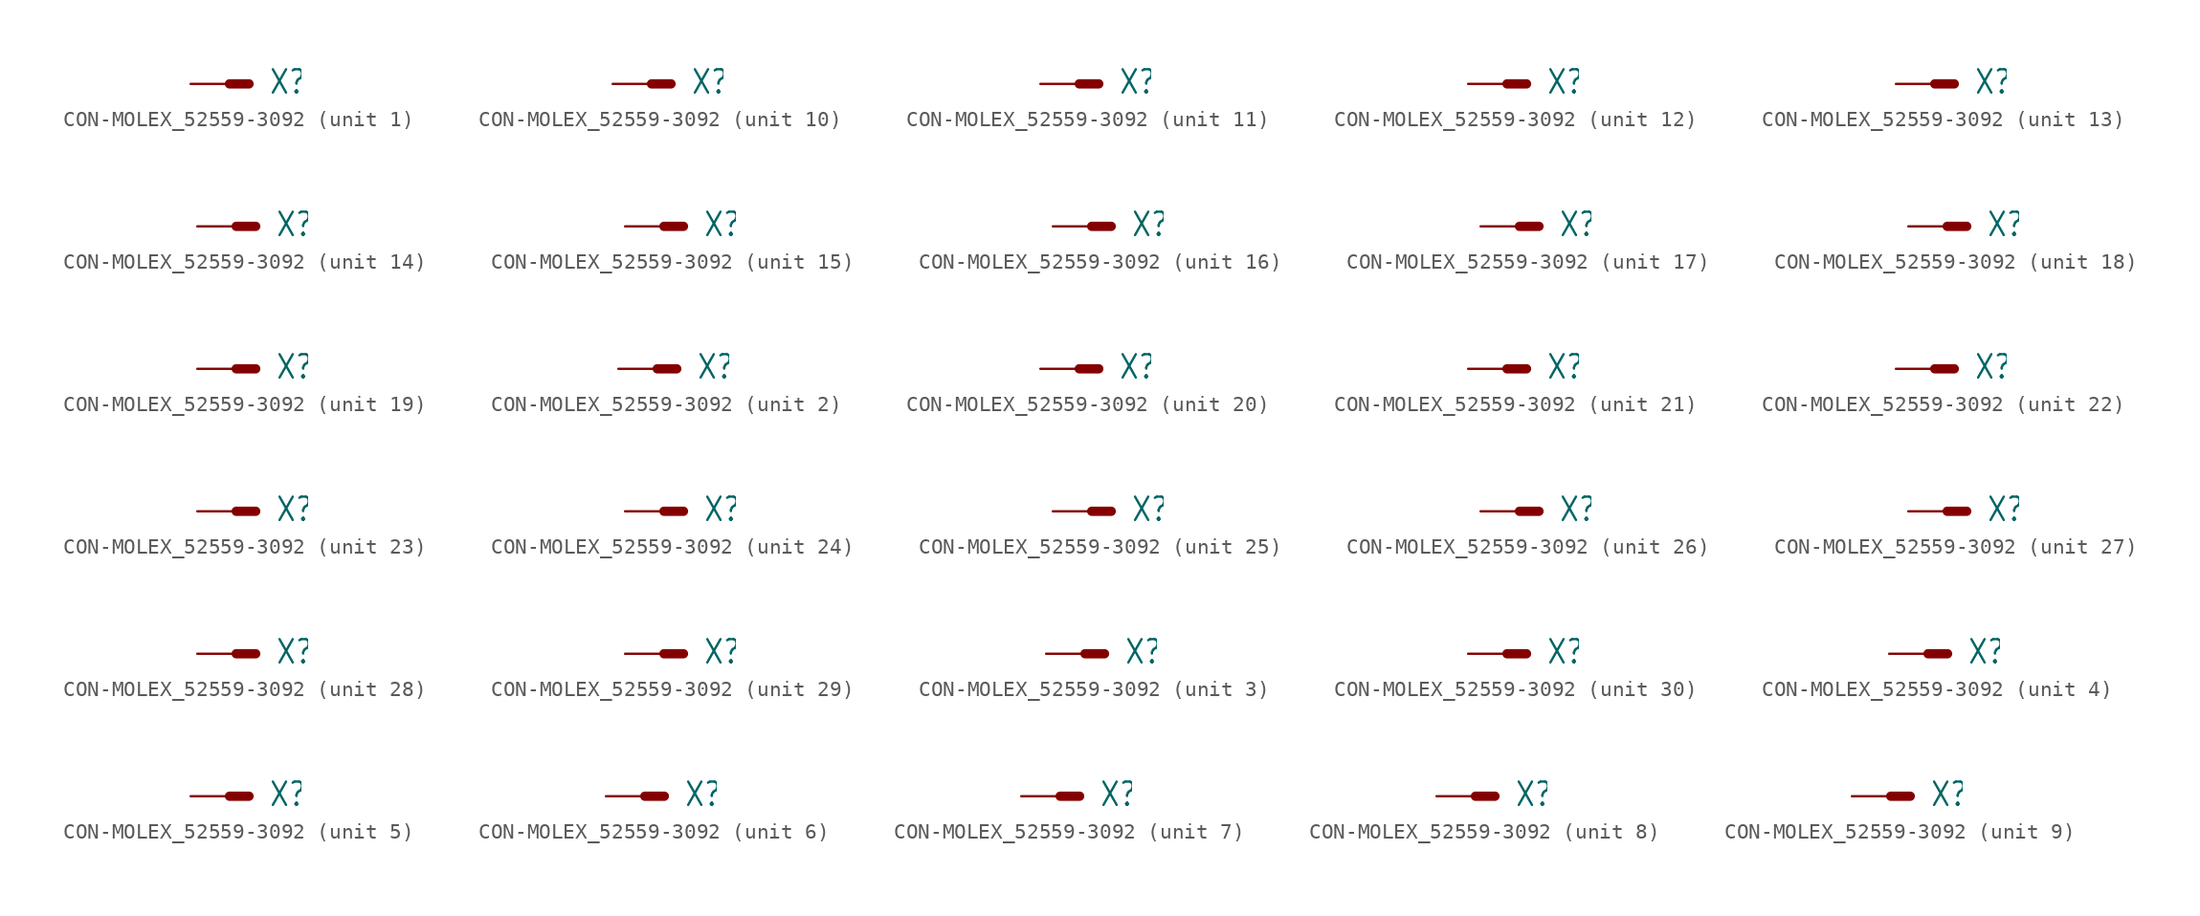
<source format=kicad_sym>
(kicad_symbol_lib
  (version 20241209)
  (generator "kicad_symbol_editor")
  (generator_version "9.0")
  (symbol "CON-MOLEX_52559-3092"
    (property "Reference" "X"
      (at 2.54 -0.762 0)
      (effects (font (size 1.524 1.295)) (justify left bottom)))
    (property "ki_locked" ""
      (at 0 0 0)
      (effects (font (size 1.27 1.27))))
    (symbol "CON-MOLEX_52559-3092_1_0"
      (polyline (pts (xy 1.27 0) (xy 0 0)) (stroke (width 0.61) (type solid)) (fill (type none)))
      (pin passive line (at -2.54 0 0) (length 2.54) (name "S" (effects (font (size 0 0)))) (number "1" (effects (font (size 0 0))))))
    (symbol "CON-MOLEX_52559-3092_2_0"
      (polyline (pts (xy 1.27 0) (xy 0 0)) (stroke (width 0.61) (type solid)) (fill (type none)))
      (pin passive line (at -2.54 0 0) (length 2.54) (name "S" (effects (font (size 0 0)))) (number "10" (effects (font (size 0 0))))))
    (symbol "CON-MOLEX_52559-3092_3_0"
      (polyline (pts (xy 1.27 0) (xy 0 0)) (stroke (width 0.61) (type solid)) (fill (type none)))
      (pin passive line (at -2.54 0 0) (length 2.54) (name "S" (effects (font (size 0 0)))) (number "11" (effects (font (size 0 0))))))
    (symbol "CON-MOLEX_52559-3092_4_0"
      (polyline (pts (xy 1.27 0) (xy 0 0)) (stroke (width 0.61) (type solid)) (fill (type none)))
      (pin passive line (at -2.54 0 0) (length 2.54) (name "S" (effects (font (size 0 0)))) (number "12" (effects (font (size 0 0))))))
    (symbol "CON-MOLEX_52559-3092_5_0"
      (polyline (pts (xy 1.27 0) (xy 0 0)) (stroke (width 0.61) (type solid)) (fill (type none)))
      (pin passive line (at -2.54 0 0) (length 2.54) (name "S" (effects (font (size 0 0)))) (number "13" (effects (font (size 0 0))))))
    (symbol "CON-MOLEX_52559-3092_6_0"
      (polyline (pts (xy 1.27 0) (xy 0 0)) (stroke (width 0.61) (type solid)) (fill (type none)))
      (pin passive line (at -2.54 0 0) (length 2.54) (name "S" (effects (font (size 0 0)))) (number "14" (effects (font (size 0 0))))))
    (symbol "CON-MOLEX_52559-3092_7_0"
      (polyline (pts (xy 1.27 0) (xy 0 0)) (stroke (width 0.61) (type solid)) (fill (type none)))
      (pin passive line (at -2.54 0 0) (length 2.54) (name "S" (effects (font (size 0 0)))) (number "15" (effects (font (size 0 0))))))
    (symbol "CON-MOLEX_52559-3092_8_0"
      (polyline (pts (xy 1.27 0) (xy 0 0)) (stroke (width 0.61) (type solid)) (fill (type none)))
      (pin passive line (at -2.54 0 0) (length 2.54) (name "S" (effects (font (size 0 0)))) (number "16" (effects (font (size 0 0))))))
    (symbol "CON-MOLEX_52559-3092_9_0"
      (polyline (pts (xy 1.27 0) (xy 0 0)) (stroke (width 0.61) (type solid)) (fill (type none)))
      (pin passive line (at -2.54 0 0) (length 2.54) (name "S" (effects (font (size 0 0)))) (number "17" (effects (font (size 0 0))))))
    (symbol "CON-MOLEX_52559-3092_10_0"
      (polyline (pts (xy 1.27 0) (xy 0 0)) (stroke (width 0.61) (type solid)) (fill (type none)))
      (pin passive line (at -2.54 0 0) (length 2.54) (name "S" (effects (font (size 0 0)))) (number "18" (effects (font (size 0 0))))))
    (symbol "CON-MOLEX_52559-3092_11_0"
      (polyline (pts (xy 1.27 0) (xy 0 0)) (stroke (width 0.61) (type solid)) (fill (type none)))
      (pin passive line (at -2.54 0 0) (length 2.54) (name "S" (effects (font (size 0 0)))) (number "19" (effects (font (size 0 0))))))
    (symbol "CON-MOLEX_52559-3092_12_0"
      (polyline (pts (xy 1.27 0) (xy 0 0)) (stroke (width 0.61) (type solid)) (fill (type none)))
      (pin passive line (at -2.54 0 0) (length 2.54) (name "S" (effects (font (size 0 0)))) (number "2" (effects (font (size 0 0))))))
    (symbol "CON-MOLEX_52559-3092_13_0"
      (polyline (pts (xy 1.27 0) (xy 0 0)) (stroke (width 0.61) (type solid)) (fill (type none)))
      (pin passive line (at -2.54 0 0) (length 2.54) (name "S" (effects (font (size 0 0)))) (number "20" (effects (font (size 0 0))))))
    (symbol "CON-MOLEX_52559-3092_14_0"
      (polyline (pts (xy 1.27 0) (xy 0 0)) (stroke (width 0.61) (type solid)) (fill (type none)))
      (pin passive line (at -2.54 0 0) (length 2.54) (name "S" (effects (font (size 0 0)))) (number "21" (effects (font (size 0 0))))))
    (symbol "CON-MOLEX_52559-3092_15_0"
      (polyline (pts (xy 1.27 0) (xy 0 0)) (stroke (width 0.61) (type solid)) (fill (type none)))
      (pin passive line (at -2.54 0 0) (length 2.54) (name "S" (effects (font (size 0 0)))) (number "22" (effects (font (size 0 0))))))
    (symbol "CON-MOLEX_52559-3092_16_0"
      (polyline (pts (xy 1.27 0) (xy 0 0)) (stroke (width 0.61) (type solid)) (fill (type none)))
      (pin passive line (at -2.54 0 0) (length 2.54) (name "S" (effects (font (size 0 0)))) (number "23" (effects (font (size 0 0))))))
    (symbol "CON-MOLEX_52559-3092_17_0"
      (polyline (pts (xy 1.27 0) (xy 0 0)) (stroke (width 0.61) (type solid)) (fill (type none)))
      (pin passive line (at -2.54 0 0) (length 2.54) (name "S" (effects (font (size 0 0)))) (number "24" (effects (font (size 0 0))))))
    (symbol "CON-MOLEX_52559-3092_18_0"
      (polyline (pts (xy 1.27 0) (xy 0 0)) (stroke (width 0.61) (type solid)) (fill (type none)))
      (pin passive line (at -2.54 0 0) (length 2.54) (name "S" (effects (font (size 0 0)))) (number "25" (effects (font (size 0 0))))))
    (symbol "CON-MOLEX_52559-3092_19_0"
      (polyline (pts (xy 1.27 0) (xy 0 0)) (stroke (width 0.61) (type solid)) (fill (type none)))
      (pin passive line (at -2.54 0 0) (length 2.54) (name "S" (effects (font (size 0 0)))) (number "26" (effects (font (size 0 0))))))
    (symbol "CON-MOLEX_52559-3092_20_0"
      (polyline (pts (xy 1.27 0) (xy 0 0)) (stroke (width 0.61) (type solid)) (fill (type none)))
      (pin passive line (at -2.54 0 0) (length 2.54) (name "S" (effects (font (size 0 0)))) (number "27" (effects (font (size 0 0))))))
    (symbol "CON-MOLEX_52559-3092_21_0"
      (polyline (pts (xy 1.27 0) (xy 0 0)) (stroke (width 0.61) (type solid)) (fill (type none)))
      (pin passive line (at -2.54 0 0) (length 2.54) (name "S" (effects (font (size 0 0)))) (number "28" (effects (font (size 0 0))))))
    (symbol "CON-MOLEX_52559-3092_22_0"
      (polyline (pts (xy 1.27 0) (xy 0 0)) (stroke (width 0.61) (type solid)) (fill (type none)))
      (pin passive line (at -2.54 0 0) (length 2.54) (name "S" (effects (font (size 0 0)))) (number "29" (effects (font (size 0 0))))))
    (symbol "CON-MOLEX_52559-3092_23_0"
      (polyline (pts (xy 1.27 0) (xy 0 0)) (stroke (width 0.61) (type solid)) (fill (type none)))
      (pin passive line (at -2.54 0 0) (length 2.54) (name "S" (effects (font (size 0 0)))) (number "3" (effects (font (size 0 0))))))
    (symbol "CON-MOLEX_52559-3092_24_0"
      (polyline (pts (xy 1.27 0) (xy 0 0)) (stroke (width 0.61) (type solid)) (fill (type none)))
      (pin passive line (at -2.54 0 0) (length 2.54) (name "S" (effects (font (size 0 0)))) (number "30" (effects (font (size 0 0))))))
    (symbol "CON-MOLEX_52559-3092_25_0"
      (polyline (pts (xy 1.27 0) (xy 0 0)) (stroke (width 0.61) (type solid)) (fill (type none)))
      (pin passive line (at -2.54 0 0) (length 2.54) (name "S" (effects (font (size 0 0)))) (number "4" (effects (font (size 0 0))))))
    (symbol "CON-MOLEX_52559-3092_26_0"
      (polyline (pts (xy 1.27 0) (xy 0 0)) (stroke (width 0.61) (type solid)) (fill (type none)))
      (pin passive line (at -2.54 0 0) (length 2.54) (name "S" (effects (font (size 0 0)))) (number "5" (effects (font (size 0 0))))))
    (symbol "CON-MOLEX_52559-3092_27_0"
      (polyline (pts (xy 1.27 0) (xy 0 0)) (stroke (width 0.61) (type solid)) (fill (type none)))
      (pin passive line (at -2.54 0 0) (length 2.54) (name "S" (effects (font (size 0 0)))) (number "6" (effects (font (size 0 0))))))
    (symbol "CON-MOLEX_52559-3092_28_0"
      (polyline (pts (xy 1.27 0) (xy 0 0)) (stroke (width 0.61) (type solid)) (fill (type none)))
      (pin passive line (at -2.54 0 0) (length 2.54) (name "S" (effects (font (size 0 0)))) (number "7" (effects (font (size 0 0))))))
    (symbol "CON-MOLEX_52559-3092_29_0"
      (polyline (pts (xy 1.27 0) (xy 0 0)) (stroke (width 0.61) (type solid)) (fill (type none)))
      (pin passive line (at -2.54 0 0) (length 2.54) (name "S" (effects (font (size 0 0)))) (number "8" (effects (font (size 0 0))))))
    (symbol "CON-MOLEX_52559-3092_30_0"
      (polyline (pts (xy 1.27 0) (xy 0 0)) (stroke (width 0.61) (type solid)) (fill (type none)))
      (pin passive line (at -2.54 0 0) (length 2.54) (name "S" (effects (font (size 0 0)))) (number "9" (effects (font (size 0 0))))))))
</source>
